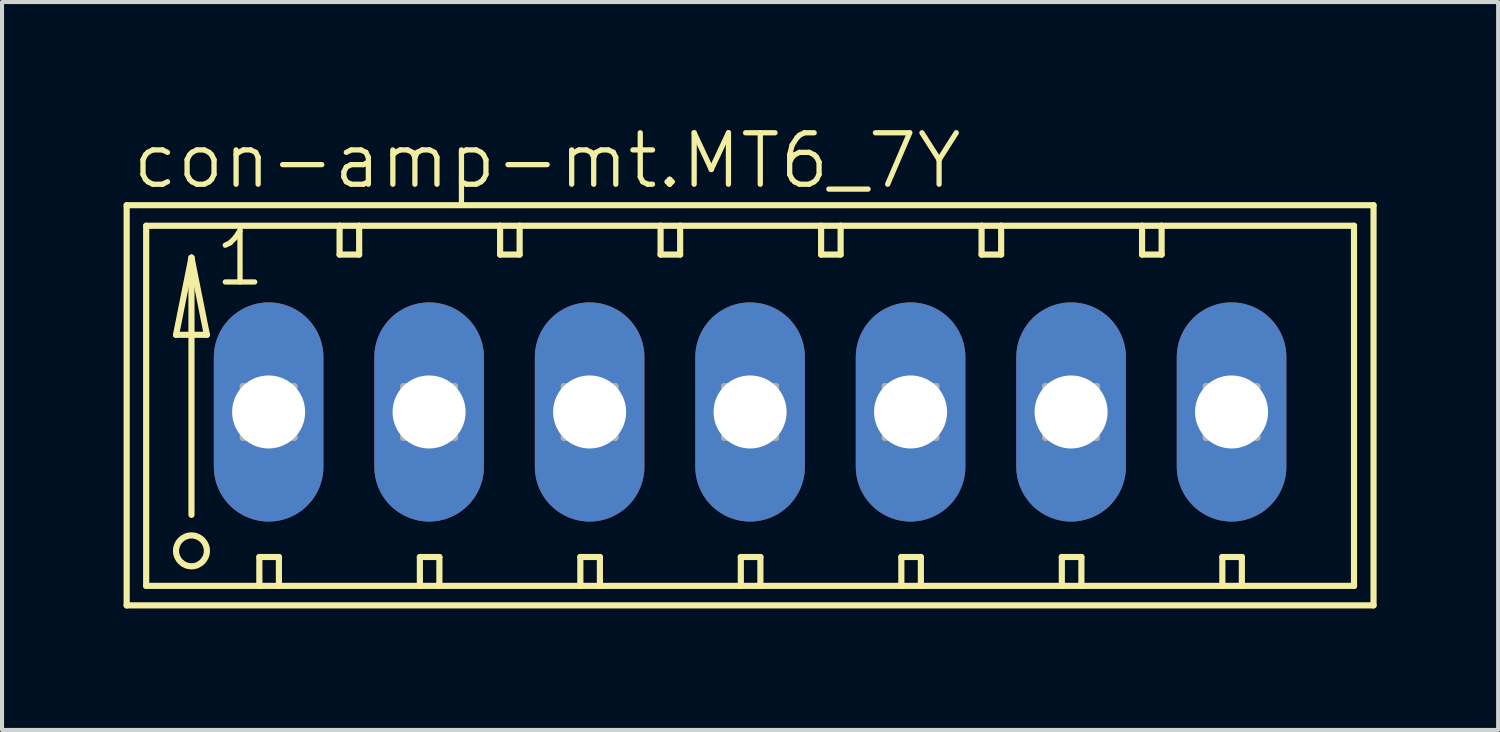
<source format=kicad_pcb>
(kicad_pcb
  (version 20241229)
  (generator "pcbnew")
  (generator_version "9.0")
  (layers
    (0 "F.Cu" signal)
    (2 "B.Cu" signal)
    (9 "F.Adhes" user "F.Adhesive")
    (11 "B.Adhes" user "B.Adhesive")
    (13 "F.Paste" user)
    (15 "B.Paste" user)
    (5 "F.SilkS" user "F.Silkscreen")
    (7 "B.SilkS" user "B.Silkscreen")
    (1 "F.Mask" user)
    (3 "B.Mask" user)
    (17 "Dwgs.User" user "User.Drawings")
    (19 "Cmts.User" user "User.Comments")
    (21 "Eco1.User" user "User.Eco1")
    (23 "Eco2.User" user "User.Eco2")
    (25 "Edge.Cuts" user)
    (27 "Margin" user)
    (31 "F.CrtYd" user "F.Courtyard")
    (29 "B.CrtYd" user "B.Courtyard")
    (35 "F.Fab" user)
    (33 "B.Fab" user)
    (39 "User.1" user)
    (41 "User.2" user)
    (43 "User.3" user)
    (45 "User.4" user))
  (footprint "con-amp-mt.MT6_7Y"
    (layer "F.Cu")
    (at 15.469 7.121)
    (property "Reference" "con-amp-mt.MT6_7Y" (at -15.316 -5.461 0) (layer "F.SilkS") (effects (font (size 1.27 1.27) (thickness 0.13)) (justify left bottom)))
    (attr through_hole)
    (fp_line (start -15.392 -5.105) (end -15.392 4.775) (stroke (width 0.152) (type default)) (layer "F.SilkS"))
    (fp_line (start -15.392 4.775) (end 15.392 4.775) (stroke (width 0.152) (type default)) (layer "F.SilkS"))
    (fp_line (start -14.91 -4.597) (end -14.91 4.293) (stroke (width 0.152) (type default)) (layer "F.SilkS"))
    (fp_line (start -14.91 4.293) (end -12.116 4.293) (stroke (width 0.152) (type default)) (layer "F.SilkS"))
    (fp_line (start -14.173 -1.905) (end -13.411 -1.905) (stroke (width 0.152) (type default)) (layer "F.SilkS"))
    (fp_line (start -13.792 -3.81) (end -14.173 -1.905) (stroke (width 0.152) (type default)) (layer "F.SilkS"))
    (fp_line (start -13.792 -3.81) (end -13.411 -1.905) (stroke (width 0.152) (type default)) (layer "F.SilkS"))
    (fp_line (start -13.792 2.54) (end -13.792 -3.81) (stroke (width 0.152) (type default)) (layer "F.SilkS"))
    (fp_line (start -12.116 3.581) (end -12.116 4.293) (stroke (width 0.152) (type default)) (layer "F.SilkS"))
    (fp_line (start -12.116 3.581) (end -11.633 3.581) (stroke (width 0.152) (type default)) (layer "F.SilkS"))
    (fp_line (start -12.116 4.293) (end -11.633 4.293) (stroke (width 0.152) (type default)) (layer "F.SilkS"))
    (fp_line (start -11.633 3.581) (end -11.633 4.293) (stroke (width 0.152) (type default)) (layer "F.SilkS"))
    (fp_line (start -11.633 4.293) (end -8.153 4.293) (stroke (width 0.152) (type default)) (layer "F.SilkS"))
    (fp_line (start -10.135 -4.597) (end -14.91 -4.597) (stroke (width 0.152) (type default)) (layer "F.SilkS"))
    (fp_line (start -10.135 -4.597) (end -10.135 -3.886) (stroke (width 0.152) (type default)) (layer "F.SilkS"))
    (fp_line (start -10.135 -3.886) (end -9.652 -3.886) (stroke (width 0.152) (type default)) (layer "F.SilkS"))
    (fp_line (start -9.652 -4.597) (end -10.135 -4.597) (stroke (width 0.152) (type default)) (layer "F.SilkS"))
    (fp_line (start -9.652 -3.886) (end -9.652 -4.597) (stroke (width 0.152) (type default)) (layer "F.SilkS"))
    (fp_line (start -8.153 3.581) (end -8.153 4.293) (stroke (width 0.152) (type default)) (layer "F.SilkS"))
    (fp_line (start -8.153 3.581) (end -7.671 3.581) (stroke (width 0.152) (type default)) (layer "F.SilkS"))
    (fp_line (start -8.153 4.293) (end -7.671 4.293) (stroke (width 0.152) (type default)) (layer "F.SilkS"))
    (fp_line (start -7.671 3.581) (end -7.671 4.293) (stroke (width 0.152) (type default)) (layer "F.SilkS"))
    (fp_line (start -7.671 4.293) (end -4.191 4.293) (stroke (width 0.152) (type default)) (layer "F.SilkS"))
    (fp_line (start -6.172 -4.597) (end -9.652 -4.597) (stroke (width 0.152) (type default)) (layer "F.SilkS"))
    (fp_line (start -6.172 -3.886) (end -6.172 -4.597) (stroke (width 0.152) (type default)) (layer "F.SilkS"))
    (fp_line (start -6.172 -3.886) (end -5.69 -3.886) (stroke (width 0.152) (type default)) (layer "F.SilkS"))
    (fp_line (start -5.69 -4.597) (end -6.172 -4.597) (stroke (width 0.152) (type default)) (layer "F.SilkS"))
    (fp_line (start -5.69 -3.886) (end -5.69 -4.597) (stroke (width 0.152) (type default)) (layer "F.SilkS"))
    (fp_line (start -4.191 3.581) (end -4.191 4.293) (stroke (width 0.152) (type default)) (layer "F.SilkS"))
    (fp_line (start -4.191 3.581) (end -3.708 3.581) (stroke (width 0.152) (type default)) (layer "F.SilkS"))
    (fp_line (start -4.191 4.293) (end -3.708 4.293) (stroke (width 0.152) (type default)) (layer "F.SilkS"))
    (fp_line (start -3.708 3.581) (end -3.708 4.293) (stroke (width 0.152) (type default)) (layer "F.SilkS"))
    (fp_line (start -3.708 4.293) (end -0.229 4.293) (stroke (width 0.152) (type default)) (layer "F.SilkS"))
    (fp_line (start -2.21 -4.597) (end -5.69 -4.597) (stroke (width 0.152) (type default)) (layer "F.SilkS"))
    (fp_line (start -2.21 -3.886) (end -2.21 -4.597) (stroke (width 0.152) (type default)) (layer "F.SilkS"))
    (fp_line (start -2.21 -3.886) (end -1.727 -3.886) (stroke (width 0.152) (type default)) (layer "F.SilkS"))
    (fp_line (start -1.727 -4.597) (end -2.21 -4.597) (stroke (width 0.152) (type default)) (layer "F.SilkS"))
    (fp_line (start -1.727 -3.886) (end -1.727 -4.597) (stroke (width 0.152) (type default)) (layer "F.SilkS"))
    (fp_line (start -0.229 3.581) (end -0.229 4.293) (stroke (width 0.152) (type default)) (layer "F.SilkS"))
    (fp_line (start -0.229 3.581) (end 0.254 3.581) (stroke (width 0.152) (type default)) (layer "F.SilkS"))
    (fp_line (start -0.229 4.293) (end 0.254 4.293) (stroke (width 0.152) (type default)) (layer "F.SilkS"))
    (fp_line (start 0.254 3.581) (end 0.254 4.293) (stroke (width 0.152) (type default)) (layer "F.SilkS"))
    (fp_line (start 0.254 4.293) (end 3.734 4.293) (stroke (width 0.152) (type default)) (layer "F.SilkS"))
    (fp_line (start 1.753 -4.597) (end -1.727 -4.597) (stroke (width 0.152) (type default)) (layer "F.SilkS"))
    (fp_line (start 1.753 -3.886) (end 1.753 -4.597) (stroke (width 0.152) (type default)) (layer "F.SilkS"))
    (fp_line (start 1.753 -3.886) (end 2.235 -3.886) (stroke (width 0.152) (type default)) (layer "F.SilkS"))
    (fp_line (start 2.235 -4.597) (end 1.753 -4.597) (stroke (width 0.152) (type default)) (layer "F.SilkS"))
    (fp_line (start 2.235 -3.886) (end 2.235 -4.597) (stroke (width 0.152) (type default)) (layer "F.SilkS"))
    (fp_line (start 3.734 3.581) (end 3.734 4.293) (stroke (width 0.152) (type default)) (layer "F.SilkS"))
    (fp_line (start 3.734 3.581) (end 4.216 3.581) (stroke (width 0.152) (type default)) (layer "F.SilkS"))
    (fp_line (start 3.734 4.293) (end 4.216 4.293) (stroke (width 0.152) (type default)) (layer "F.SilkS"))
    (fp_line (start 4.216 3.581) (end 4.216 4.293) (stroke (width 0.152) (type default)) (layer "F.SilkS"))
    (fp_line (start 4.216 4.293) (end 7.696 4.293) (stroke (width 0.152) (type default)) (layer "F.SilkS"))
    (fp_line (start 5.715 -4.597) (end 2.235 -4.597) (stroke (width 0.152) (type default)) (layer "F.SilkS"))
    (fp_line (start 5.715 -3.886) (end 5.715 -4.597) (stroke (width 0.152) (type default)) (layer "F.SilkS"))
    (fp_line (start 5.715 -3.886) (end 6.198 -3.886) (stroke (width 0.152) (type default)) (layer "F.SilkS"))
    (fp_line (start 6.198 -4.597) (end 5.715 -4.597) (stroke (width 0.152) (type default)) (layer "F.SilkS"))
    (fp_line (start 6.198 -3.886) (end 6.198 -4.597) (stroke (width 0.152) (type default)) (layer "F.SilkS"))
    (fp_line (start 7.696 3.581) (end 7.696 4.293) (stroke (width 0.152) (type default)) (layer "F.SilkS"))
    (fp_line (start 7.696 3.581) (end 8.179 3.581) (stroke (width 0.152) (type default)) (layer "F.SilkS"))
    (fp_line (start 7.696 4.293) (end 8.179 4.293) (stroke (width 0.152) (type default)) (layer "F.SilkS"))
    (fp_line (start 8.179 3.581) (end 8.179 4.293) (stroke (width 0.152) (type default)) (layer "F.SilkS"))
    (fp_line (start 8.179 4.293) (end 11.659 4.293) (stroke (width 0.152) (type default)) (layer "F.SilkS"))
    (fp_line (start 9.677 -4.597) (end 6.198 -4.597) (stroke (width 0.152) (type default)) (layer "F.SilkS"))
    (fp_line (start 9.677 -3.886) (end 9.677 -4.597) (stroke (width 0.152) (type default)) (layer "F.SilkS"))
    (fp_line (start 9.677 -3.886) (end 10.16 -3.886) (stroke (width 0.152) (type default)) (layer "F.SilkS"))
    (fp_line (start 10.16 -4.597) (end 9.677 -4.597) (stroke (width 0.152) (type default)) (layer "F.SilkS"))
    (fp_line (start 10.16 -3.886) (end 10.16 -4.597) (stroke (width 0.152) (type default)) (layer "F.SilkS"))
    (fp_line (start 11.659 3.581) (end 11.659 4.293) (stroke (width 0.152) (type default)) (layer "F.SilkS"))
    (fp_line (start 11.659 3.581) (end 12.141 3.581) (stroke (width 0.152) (type default)) (layer "F.SilkS"))
    (fp_line (start 11.659 4.293) (end 12.141 4.293) (stroke (width 0.152) (type default)) (layer "F.SilkS"))
    (fp_line (start 12.141 3.581) (end 12.141 4.293) (stroke (width 0.152) (type default)) (layer "F.SilkS"))
    (fp_line (start 12.141 4.293) (end 14.91 4.293) (stroke (width 0.152) (type default)) (layer "F.SilkS"))
    (fp_line (start 14.91 -4.597) (end 10.16 -4.597) (stroke (width 0.152) (type default)) (layer "F.SilkS"))
    (fp_line (start 14.91 4.293) (end 14.91 -4.597) (stroke (width 0.152) (type default)) (layer "F.SilkS"))
    (fp_line (start 15.392 -5.105) (end -15.392 -5.105) (stroke (width 0.152) (type default)) (layer "F.SilkS"))
    (fp_line (start 15.392 4.775) (end 15.392 -5.105) (stroke (width 0.152) (type default)) (layer "F.SilkS"))
    (fp_circle (center -13.792 3.429) (end -13.411 3.429) (stroke (width 0.152) (type default)) (fill no) (layer "F.SilkS"))
    (fp_line (start -12.522 -0.635) (end -12.522 0.635) (stroke (width 0.152) (type default)) (layer "F.Fab"))
    (fp_line (start -12.522 -0.635) (end -11.252 0.635) (stroke (width 0.152) (type default)) (layer "F.Fab"))
    (fp_line (start -12.522 0.635) (end -11.252 0.635) (stroke (width 0.152) (type default)) (layer "F.Fab"))
    (fp_line (start -11.252 -0.635) (end -12.522 -0.635) (stroke (width 0.152) (type default)) (layer "F.Fab"))
    (fp_line (start -11.252 -0.635) (end -12.522 0.635) (stroke (width 0.152) (type default)) (layer "F.Fab"))
    (fp_line (start -11.252 0.635) (end -11.252 -0.635) (stroke (width 0.152) (type default)) (layer "F.Fab"))
    (fp_line (start -8.56 -0.635) (end -8.56 0.635) (stroke (width 0.152) (type default)) (layer "F.Fab"))
    (fp_line (start -8.56 -0.635) (end -7.29 0.635) (stroke (width 0.152) (type default)) (layer "F.Fab"))
    (fp_line (start -8.56 0.635) (end -7.29 0.635) (stroke (width 0.152) (type default)) (layer "F.Fab"))
    (fp_line (start -7.29 -0.635) (end -8.56 -0.635) (stroke (width 0.152) (type default)) (layer "F.Fab"))
    (fp_line (start -7.29 -0.635) (end -8.56 0.635) (stroke (width 0.152) (type default)) (layer "F.Fab"))
    (fp_line (start -7.29 0.635) (end -7.29 -0.635) (stroke (width 0.152) (type default)) (layer "F.Fab"))
    (fp_line (start -4.597 -0.635) (end -4.597 0.635) (stroke (width 0.152) (type default)) (layer "F.Fab"))
    (fp_line (start -4.597 -0.635) (end -3.327 0.635) (stroke (width 0.152) (type default)) (layer "F.Fab"))
    (fp_line (start -4.597 0.635) (end -3.327 0.635) (stroke (width 0.152) (type default)) (layer "F.Fab"))
    (fp_line (start -3.327 -0.635) (end -4.597 -0.635) (stroke (width 0.152) (type default)) (layer "F.Fab"))
    (fp_line (start -3.327 -0.635) (end -4.597 0.635) (stroke (width 0.152) (type default)) (layer "F.Fab"))
    (fp_line (start -3.327 0.635) (end -3.327 -0.635) (stroke (width 0.152) (type default)) (layer "F.Fab"))
    (fp_line (start -0.635 -0.635) (end -0.635 0.635) (stroke (width 0.152) (type default)) (layer "F.Fab"))
    (fp_line (start -0.635 -0.635) (end 0.635 0.635) (stroke (width 0.152) (type default)) (layer "F.Fab"))
    (fp_line (start -0.635 0.635) (end 0.635 0.635) (stroke (width 0.152) (type default)) (layer "F.Fab"))
    (fp_line (start 0.635 -0.635) (end -0.635 -0.635) (stroke (width 0.152) (type default)) (layer "F.Fab"))
    (fp_line (start 0.635 -0.635) (end -0.635 0.635) (stroke (width 0.152) (type default)) (layer "F.Fab"))
    (fp_line (start 0.635 0.635) (end 0.635 -0.635) (stroke (width 0.152) (type default)) (layer "F.Fab"))
    (fp_line (start 3.327 -0.635) (end 3.327 0.635) (stroke (width 0.152) (type default)) (layer "F.Fab"))
    (fp_line (start 3.327 -0.635) (end 4.597 0.635) (stroke (width 0.152) (type default)) (layer "F.Fab"))
    (fp_line (start 3.327 0.635) (end 4.597 0.635) (stroke (width 0.152) (type default)) (layer "F.Fab"))
    (fp_line (start 4.597 -0.635) (end 3.327 -0.635) (stroke (width 0.152) (type default)) (layer "F.Fab"))
    (fp_line (start 4.597 -0.635) (end 3.327 0.635) (stroke (width 0.152) (type default)) (layer "F.Fab"))
    (fp_line (start 4.597 0.635) (end 4.597 -0.635) (stroke (width 0.152) (type default)) (layer "F.Fab"))
    (fp_line (start 7.29 -0.635) (end 7.29 0.635) (stroke (width 0.152) (type default)) (layer "F.Fab"))
    (fp_line (start 7.29 -0.635) (end 8.56 0.635) (stroke (width 0.152) (type default)) (layer "F.Fab"))
    (fp_line (start 7.29 0.635) (end 8.56 0.635) (stroke (width 0.152) (type default)) (layer "F.Fab"))
    (fp_line (start 8.56 -0.635) (end 7.29 -0.635) (stroke (width 0.152) (type default)) (layer "F.Fab"))
    (fp_line (start 8.56 -0.635) (end 7.29 0.635) (stroke (width 0.152) (type default)) (layer "F.Fab"))
    (fp_line (start 8.56 0.635) (end 8.56 -0.635) (stroke (width 0.152) (type default)) (layer "F.Fab"))
    (fp_line (start 11.252 -0.635) (end 11.252 0.635) (stroke (width 0.152) (type default)) (layer "F.Fab"))
    (fp_line (start 11.252 -0.635) (end 12.522 0.635) (stroke (width 0.152) (type default)) (layer "F.Fab"))
    (fp_line (start 11.252 0.635) (end 12.522 0.635) (stroke (width 0.152) (type default)) (layer "F.Fab"))
    (fp_line (start 12.522 -0.635) (end 11.252 -0.635) (stroke (width 0.152) (type default)) (layer "F.Fab"))
    (fp_line (start 12.522 -0.635) (end 11.252 0.635) (stroke (width 0.152) (type default)) (layer "F.Fab"))
    (fp_line (start 12.522 0.635) (end 12.522 -0.635) (stroke (width 0.152) (type default)) (layer "F.Fab"))
    (fp_text user "1" (at -13.284 -3.048 0) (layer "F.SilkS") (effects (font (size 1.27 1.27) (thickness 0.13)) (justify left bottom)))
    (pad "1" thru_hole oval (at -11.887 0 90) (size 5.41 2.705) (drill 1.803) (layers "*.Cu" "*.Mask"))
    (pad "2" thru_hole oval (at -7.925 0 90) (size 5.41 2.705) (drill 1.803) (layers "*.Cu" "*.Mask"))
    (pad "3" thru_hole oval (at -3.962 0 90) (size 5.41 2.705) (drill 1.803) (layers "*.Cu" "*.Mask"))
    (pad "4" thru_hole oval (at 0 0 90) (size 5.41 2.705) (drill 1.803) (layers "*.Cu" "*.Mask"))
    (pad "5" thru_hole oval (at 3.962 0 90) (size 5.41 2.705) (drill 1.803) (layers "*.Cu" "*.Mask"))
    (pad "6" thru_hole oval (at 7.925 0 90) (size 5.41 2.705) (drill 1.803) (layers "*.Cu" "*.Mask"))
    (pad "7" thru_hole oval (at 11.887 0 90) (size 5.41 2.705) (drill 1.803) (layers "*.Cu" "*.Mask")))
  (gr_rect
    (start -3 -3)
    (end 33.937 14.972)
    (stroke (width 0.1) (type default))
    (fill no)
    (layer "Edge.Cuts")))
</source>
